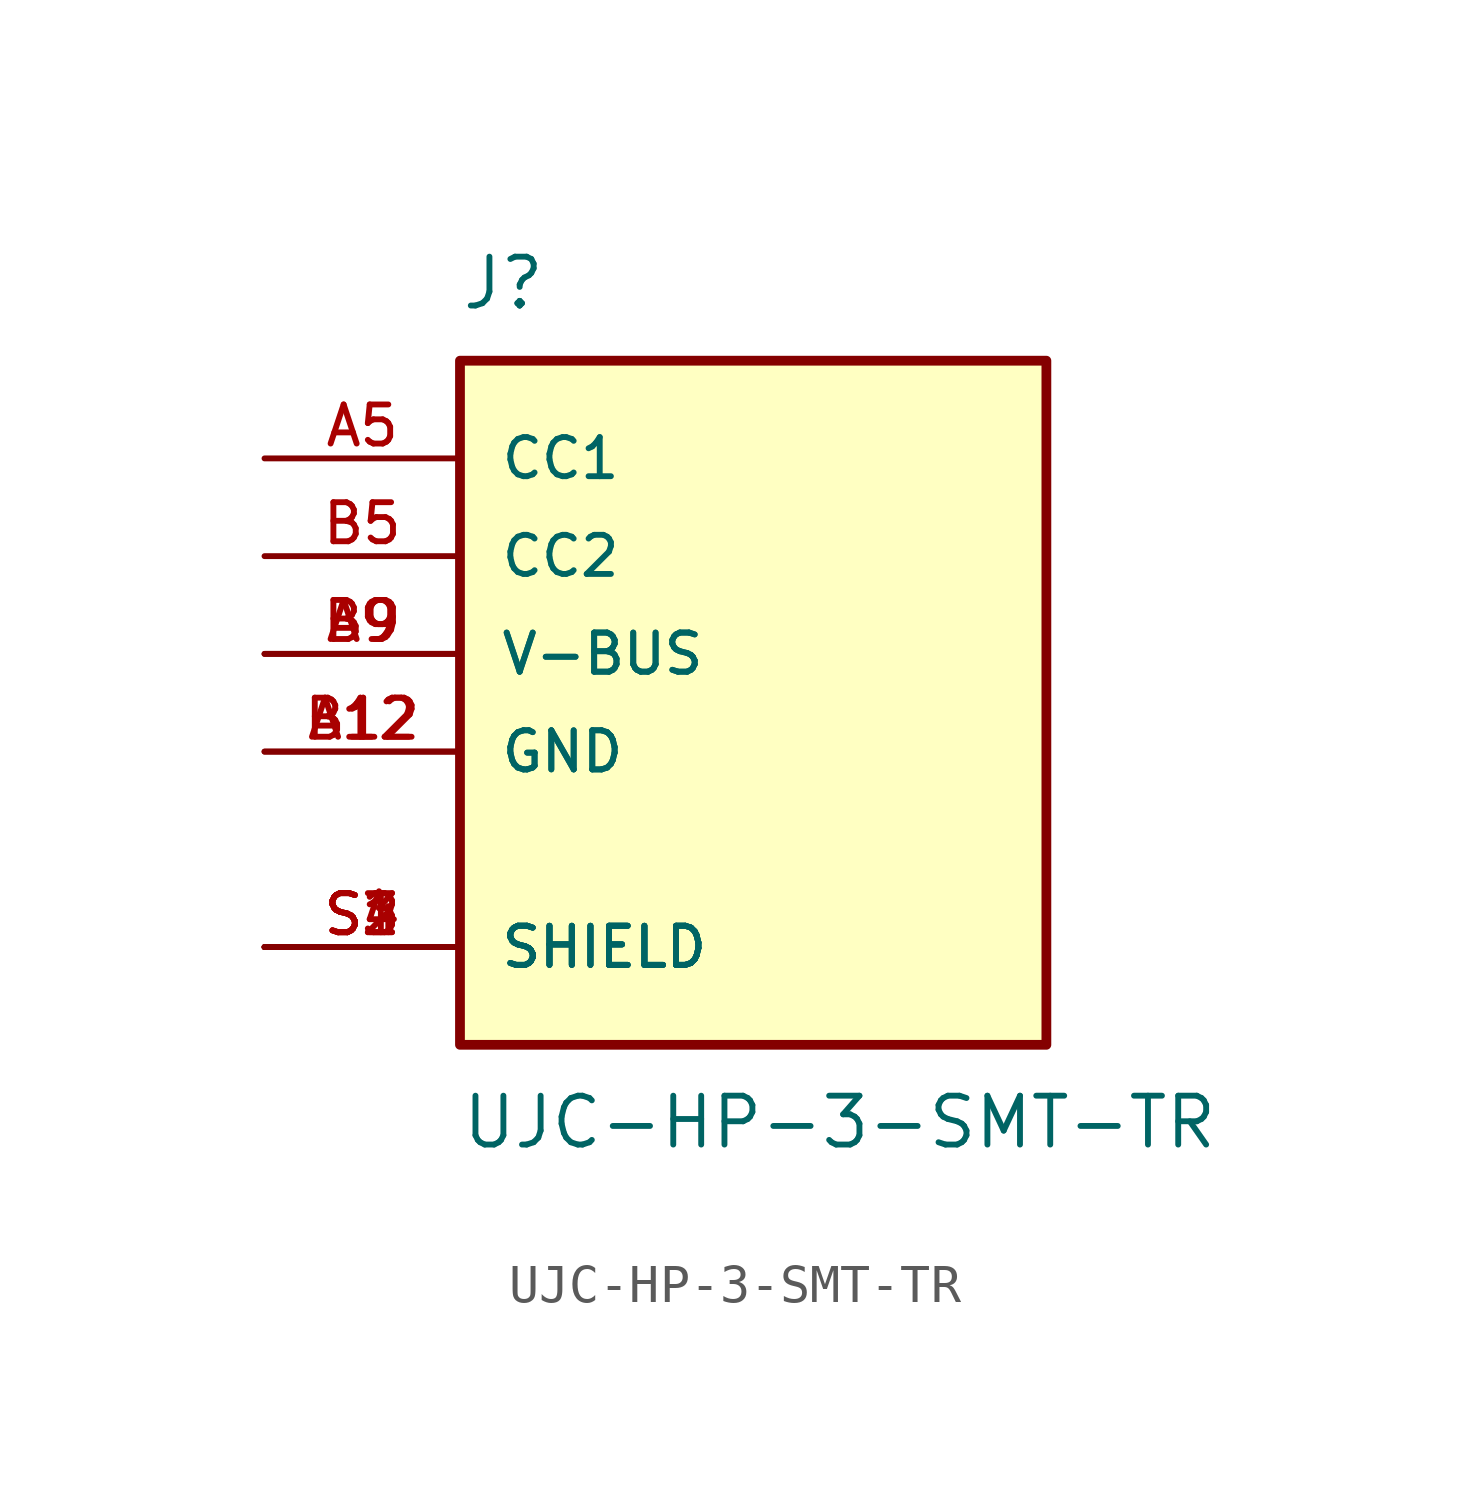
<source format=kicad_sym>
(kicad_symbol_lib
  (version 20211014)
  (generator kicad_symbol_editor)
  (symbol "UJC-HP-3-SMT-TR"
    (pin_names
      (offset 1.016))
    (property "Reference" "J"
      (at -7.62 8.89 0)
      (effects (font (size 1.27 1.27)) (justify bottom left)))
    (property "Value" "UJC-HP-3-SMT-TR"
      (at -7.62 -11.43 0)
      (effects (font (size 1.27 1.27)) (justify top left)))
    (symbol "UJC-HP-3-SMT-TR_0_0"
      (rectangle (start -7.62 -10.16) (end 7.62 7.62) (stroke (width 0.254)) (fill (type background)))
      (pin bidirectional line (at -12.7 5.08 0) (length 5.08) (name "CC1" (effects (font (size 1.016 1.016)))) (number "A5" (effects (font (size 1.016 1.016)))))
      (pin bidirectional line (at -12.7 2.54 0) (length 5.08) (name "CC2" (effects (font (size 1.016 1.016)))) (number "B5" (effects (font (size 1.016 1.016)))))
      (pin power_in line (at -12.7 0.0 0) (length 5.08) (name "V-BUS" (effects (font (size 1.016 1.016)))) (number "A9" (effects (font (size 1.016 1.016)))))
      (pin power_in line (at -12.7 0.0 0) (length 5.08) (name "V-BUS" (effects (font (size 1.016 1.016)))) (number "B9" (effects (font (size 1.016 1.016)))))
      (pin power_in line (at -12.7 -2.54 0) (length 5.08) (name "GND" (effects (font (size 1.016 1.016)))) (number "A12" (effects (font (size 1.016 1.016)))))
      (pin power_in line (at -12.7 -2.54 0) (length 5.08) (name "GND" (effects (font (size 1.016 1.016)))) (number "B12" (effects (font (size 1.016 1.016)))))
      (pin passive line (at -12.7 -7.62 0) (length 5.08) (name "SHIELD" (effects (font (size 1.016 1.016)))) (number "S1" (effects (font (size 1.016 1.016)))))
      (pin passive line (at -12.7 -7.62 0) (length 5.08) (name "SHIELD" (effects (font (size 1.016 1.016)))) (number "S2" (effects (font (size 1.016 1.016)))))
      (pin passive line (at -12.7 -7.62 0) (length 5.08) (name "SHIELD" (effects (font (size 1.016 1.016)))) (number "S3" (effects (font (size 1.016 1.016)))))
      (pin passive line (at -12.7 -7.62 0) (length 5.08) (name "SHIELD" (effects (font (size 1.016 1.016)))) (number "S4" (effects (font (size 1.016 1.016))))))))
</source>
